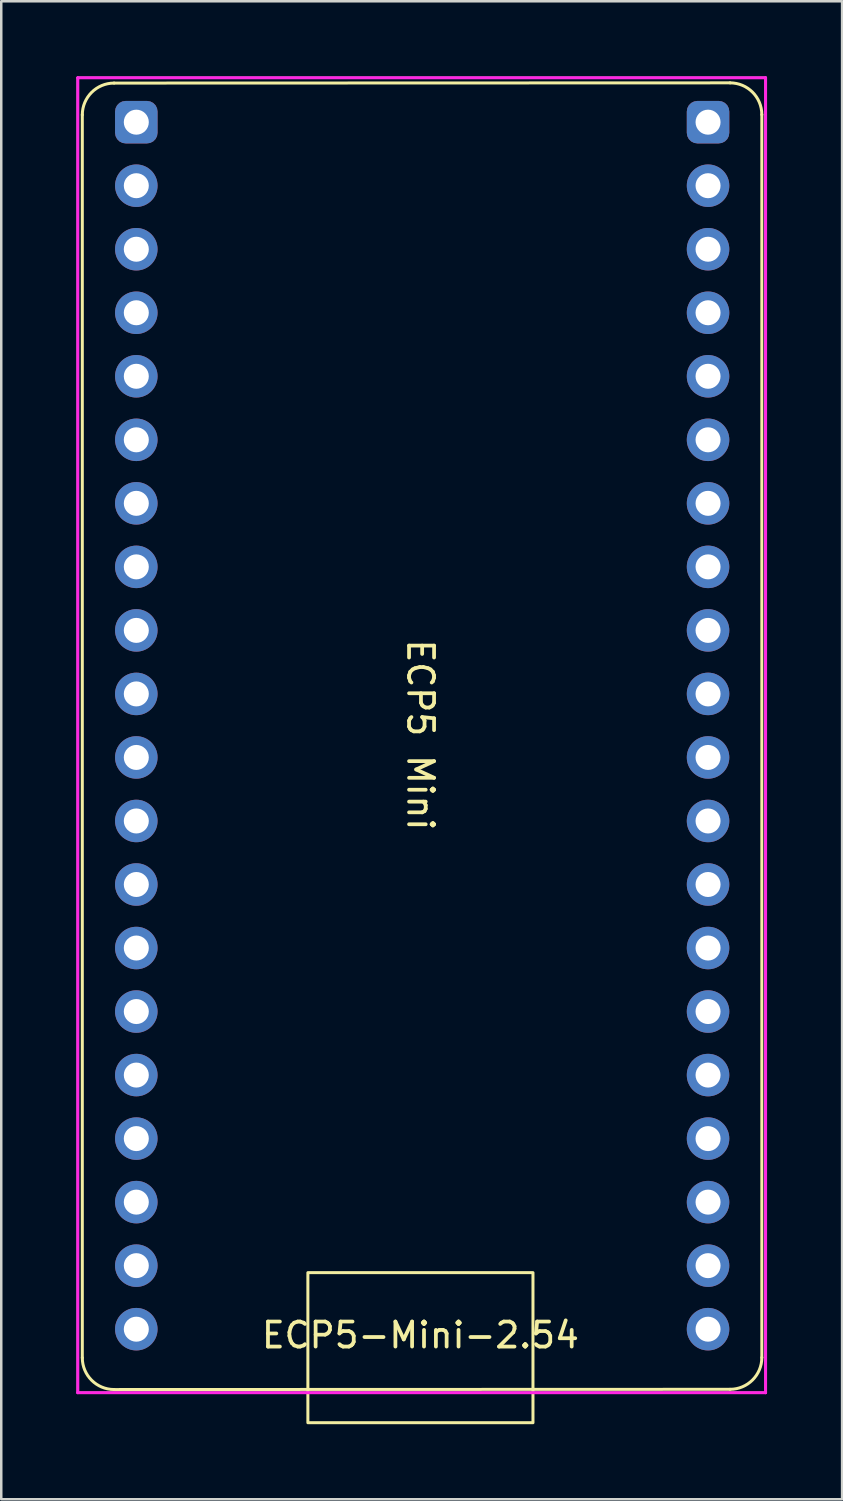
<source format=kicad_pcb>
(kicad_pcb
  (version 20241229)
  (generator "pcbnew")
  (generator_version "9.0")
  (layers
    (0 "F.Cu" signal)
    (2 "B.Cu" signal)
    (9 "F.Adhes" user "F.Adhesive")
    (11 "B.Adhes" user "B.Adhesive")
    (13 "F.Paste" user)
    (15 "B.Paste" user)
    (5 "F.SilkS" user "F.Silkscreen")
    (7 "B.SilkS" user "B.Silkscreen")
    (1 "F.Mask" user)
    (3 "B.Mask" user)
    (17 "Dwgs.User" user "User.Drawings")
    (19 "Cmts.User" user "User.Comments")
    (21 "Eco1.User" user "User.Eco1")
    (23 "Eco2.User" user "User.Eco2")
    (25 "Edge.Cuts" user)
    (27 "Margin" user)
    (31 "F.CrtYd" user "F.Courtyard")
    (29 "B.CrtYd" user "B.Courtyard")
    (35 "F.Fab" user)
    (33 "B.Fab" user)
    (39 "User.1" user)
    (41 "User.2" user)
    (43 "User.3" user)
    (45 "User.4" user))
  (footprint "ECP5-Mini-2.54"
    (layer "F.Cu")
    (at 13.76 26.335)
    (property "Reference" "ECP5-Mini-2.54" (at 0 24 0) (layer "F.SilkS") (effects (font (size 1 1) (thickness 0.15))))
    (attr through_hole)
    (fp_line (start -13.519 -24.793) (end -13.519 24.903) (stroke (width 0.12) (type solid)) (layer "F.SilkS"))
    (fp_line (start -12.249 -26.063) (end 12.38 -26.072) (stroke (width 0.12) (type solid)) (layer "F.SilkS"))
    (fp_line (start 12.38 26.164) (end -12.249 26.173) (stroke (width 0.12) (type solid)) (layer "F.SilkS"))
    (fp_line (start 13.65 24.894) (end 13.65 -24.802) (stroke (width 0.12) (type solid)) (layer "F.SilkS"))
    (fp_rect (start -4.5 21.5) (end 4.5 27.5) (stroke (width 0.12) (type solid)) (fill no) (layer "F.SilkS"))
    (fp_arc (start -13.519 -24.792948) (mid -13.147026 -25.690974) (end -12.249 -26.062948) (stroke (width 0.12) (type solid)) (layer "F.SilkS"))
    (fp_arc (start -12.249 26.173) (mid -13.147026 25.801026) (end -13.519 24.903) (stroke (width 0.12) (type solid)) (layer "F.SilkS"))
    (fp_arc (start 12.379974 -26.071974) (mid 13.278 -25.7) (end 13.649974 -24.801974) (stroke (width 0.12) (type solid)) (layer "F.SilkS"))
    (fp_arc (start 13.649974 24.893974) (mid 13.278 25.792) (end 12.379974 26.163974) (stroke (width 0.12) (type solid)) (layer "F.SilkS"))
    (fp_line (start -13.7 -26.275) (end 13.8 -26.275) (stroke (width 0.12) (type solid)) (layer "F.CrtYd"))
    (fp_line (start -13.7 26.3) (end -13.7 -26.275) (stroke (width 0.12) (type solid)) (layer "F.CrtYd"))
    (fp_line (start 13.8 -26.275) (end 13.8 26.3) (stroke (width 0.12) (type solid)) (layer "F.CrtYd"))
    (fp_line (start 13.8 26.3) (end -13.7 26.3) (stroke (width 0.12) (type solid)) (layer "F.CrtYd"))
    (fp_line (start -13.7 -26.275) (end -13.7 26.3) (stroke (width 0.1) (type solid)) (layer "F.Fab"))
    (fp_line (start -13.7 26.3) (end 13.8 26.3) (stroke (width 0.1) (type solid)) (layer "F.Fab"))
    (fp_line (start 13.8 -26.275) (end -13.7 -26.275) (stroke (width 0.1) (type solid)) (layer "F.Fab"))
    (fp_line (start 13.8 26.3) (end 13.8 -26.275) (stroke (width 0.1) (type solid)) (layer "F.Fab"))
    (fp_text user "ECP5 Mini" (at 0 0 270) (unlocked yes) (layer "F.SilkS") (effects (font (size 1 1) (thickness 0.15))))
    (pad "1" thru_hole roundrect (at -11.36 -24.5) (size 1.7 1.7) (drill 1) (layers "*.Cu" "*.Mask") (remove_unused_layers yes) (keep_end_layers yes) (zone_layer_connections) (roundrect_rratio 0.25))
    (pad "3" thru_hole oval (at -11.36 -21.96) (size 1.7 1.7) (drill 1) (layers "*.Cu" "*.Mask") (remove_unused_layers yes) (keep_end_layers yes) (zone_layer_connections))
    (pad "5" thru_hole oval (at -11.36 -19.42) (size 1.7 1.7) (drill 1) (layers "*.Cu" "*.Mask") (remove_unused_layers yes) (keep_end_layers yes) (zone_layer_connections))
    (pad "7" thru_hole oval (at -11.36 -16.88) (size 1.7 1.7) (drill 1) (layers "*.Cu" "*.Mask") (remove_unused_layers yes) (keep_end_layers yes) (zone_layer_connections))
    (pad "9" thru_hole oval (at -11.36 -14.34) (size 1.7 1.7) (drill 1) (layers "*.Cu" "*.Mask") (remove_unused_layers yes) (keep_end_layers yes) (zone_layer_connections))
    (pad "11" thru_hole oval (at -11.36 -11.8) (size 1.7 1.7) (drill 1) (layers "*.Cu" "*.Mask") (remove_unused_layers yes) (keep_end_layers yes) (zone_layer_connections))
    (pad "13" thru_hole oval (at -11.36 -9.26) (size 1.7 1.7) (drill 1) (layers "*.Cu" "*.Mask") (remove_unused_layers yes) (keep_end_layers yes) (zone_layer_connections))
    (pad "15" thru_hole oval (at -11.36 -6.72) (size 1.7 1.7) (drill 1) (layers "*.Cu" "*.Mask") (remove_unused_layers yes) (keep_end_layers yes) (zone_layer_connections))
    (pad "17" thru_hole oval (at -11.36 -4.18) (size 1.7 1.7) (drill 1) (layers "*.Cu" "*.Mask"))
    (pad "19" thru_hole oval (at -11.36 -1.64) (size 1.7 1.7) (drill 1) (layers "*.Cu" "*.Mask") (remove_unused_layers yes) (keep_end_layers yes) (zone_layer_connections))
    (pad "21" thru_hole oval (at -11.36 0.9) (size 1.7 1.7) (drill 1) (layers "*.Cu" "*.Mask") (remove_unused_layers yes) (keep_end_layers yes) (zone_layer_connections))
    (pad "23" thru_hole oval (at -11.36 3.44) (size 1.7 1.7) (drill 1) (layers "*.Cu" "*.Mask"))
    (pad "25" thru_hole oval (at -11.36 5.98) (size 1.7 1.7) (drill 1) (layers "*.Cu" "*.Mask") (remove_unused_layers yes) (keep_end_layers yes) (zone_layer_connections))
    (pad "27" thru_hole oval (at -11.36 8.52) (size 1.7 1.7) (drill 1) (layers "*.Cu" "*.Mask") (remove_unused_layers yes) (keep_end_layers yes) (zone_layer_connections))
    (pad "29" thru_hole oval (at -11.36 11.06) (size 1.7 1.7) (drill 1) (layers "*.Cu" "*.Mask"))
    (pad "31" thru_hole oval (at -11.36 13.6) (size 1.7 1.7) (drill 1) (layers "*.Cu" "*.Mask"))
    (pad "33" thru_hole oval (at -11.36 16.14) (size 1.7 1.7) (drill 1) (layers "*.Cu" "*.Mask") (remove_unused_layers yes) (keep_end_layers yes) (zone_layer_connections))
    (pad "35" thru_hole oval (at -11.36 18.68) (size 1.7 1.7) (drill 1) (layers "*.Cu" "*.Mask"))
    (pad "37" thru_hole oval (at -11.36 21.22) (size 1.7 1.7) (drill 1) (layers "*.Cu" "*.Mask"))
    (pad "39" thru_hole oval (at -11.36 23.76) (size 1.7 1.7) (drill 1) (layers "*.Cu" "*.Mask"))
    (pad "42" thru_hole oval (at 11.5 23.76) (size 1.7 1.7) (drill 1) (layers "*.Cu" "*.Mask"))
    (pad "44" thru_hole oval (at 11.5 21.22) (size 1.7 1.7) (drill 1) (layers "*.Cu" "*.Mask"))
    (pad "46" thru_hole oval (at 11.5 18.68) (size 1.7 1.7) (drill 1) (layers "*.Cu" "*.Mask"))
    (pad "48" thru_hole oval (at 11.5 16.14) (size 1.7 1.7) (drill 1) (layers "*.Cu" "*.Mask") (remove_unused_layers yes) (keep_end_layers yes) (zone_layer_connections))
    (pad "50" thru_hole oval (at 11.5 13.6) (size 1.7 1.7) (drill 1) (layers "*.Cu" "*.Mask"))
    (pad "52" thru_hole oval (at 11.5 11.06) (size 1.7 1.7) (drill 1) (layers "*.Cu" "*.Mask"))
    (pad "54" thru_hole oval (at 11.5 8.52) (size 1.7 1.7) (drill 1) (layers "*.Cu" "*.Mask") (remove_unused_layers yes) (keep_end_layers yes) (zone_layer_connections))
    (pad "56" thru_hole oval (at 11.5 5.98) (size 1.7 1.7) (drill 1) (layers "*.Cu" "*.Mask") (remove_unused_layers yes) (keep_end_layers yes) (zone_layer_connections))
    (pad "58" thru_hole oval (at 11.5 3.44) (size 1.7 1.7) (drill 1) (layers "*.Cu" "*.Mask"))
    (pad "60" thru_hole oval (at 11.5 0.9) (size 1.7 1.7) (drill 1) (layers "*.Cu" "*.Mask") (remove_unused_layers yes) (keep_end_layers yes) (zone_layer_connections))
    (pad "62" thru_hole oval (at 11.5 -1.64) (size 1.7 1.7) (drill 1) (layers "*.Cu" "*.Mask") (remove_unused_layers yes) (keep_end_layers yes) (zone_layer_connections))
    (pad "64" thru_hole oval (at 11.5 -4.18) (size 1.7 1.7) (drill 1) (layers "*.Cu" "*.Mask"))
    (pad "66" thru_hole oval (at 11.5 -6.72) (size 1.7 1.7) (drill 1) (layers "*.Cu" "*.Mask") (remove_unused_layers yes) (keep_end_layers yes) (zone_layer_connections))
    (pad "68" thru_hole oval (at 11.5 -9.26) (size 1.7 1.7) (drill 1) (layers "*.Cu" "*.Mask") (remove_unused_layers yes) (keep_end_layers yes) (zone_layer_connections))
    (pad "70" thru_hole oval (at 11.5 -11.8) (size 1.7 1.7) (drill 1) (layers "*.Cu" "*.Mask") (remove_unused_layers yes) (keep_end_layers yes) (zone_layer_connections))
    (pad "72" thru_hole oval (at 11.5 -14.34) (size 1.7 1.7) (drill 1) (layers "*.Cu" "*.Mask") (remove_unused_layers yes) (keep_end_layers yes) (zone_layer_connections))
    (pad "74" thru_hole oval (at 11.5 -16.88) (size 1.7 1.7) (drill 1) (layers "*.Cu" "*.Mask") (remove_unused_layers yes) (keep_end_layers yes) (zone_layer_connections))
    (pad "76" thru_hole oval (at 11.5 -19.42) (size 1.7 1.7) (drill 1) (layers "*.Cu" "*.Mask") (remove_unused_layers yes) (keep_end_layers yes) (zone_layer_connections))
    (pad "78" thru_hole oval (at 11.5 -21.96) (size 1.7 1.7) (drill 1) (layers "*.Cu" "*.Mask") (remove_unused_layers yes) (keep_end_layers yes) (zone_layer_connections))
    (pad "80" thru_hole roundrect (at 11.5 -24.5) (size 1.7 1.7) (drill 1) (layers "*.Cu" "*.Mask") (remove_unused_layers yes) (keep_end_layers yes) (zone_layer_connections) (roundrect_rratio 0.25)))
  (gr_rect
    (start -3 -3)
    (end 30.62 56.895)
    (stroke (width 0.1) (type default))
    (fill no)
    (layer "Edge.Cuts")))
</source>
